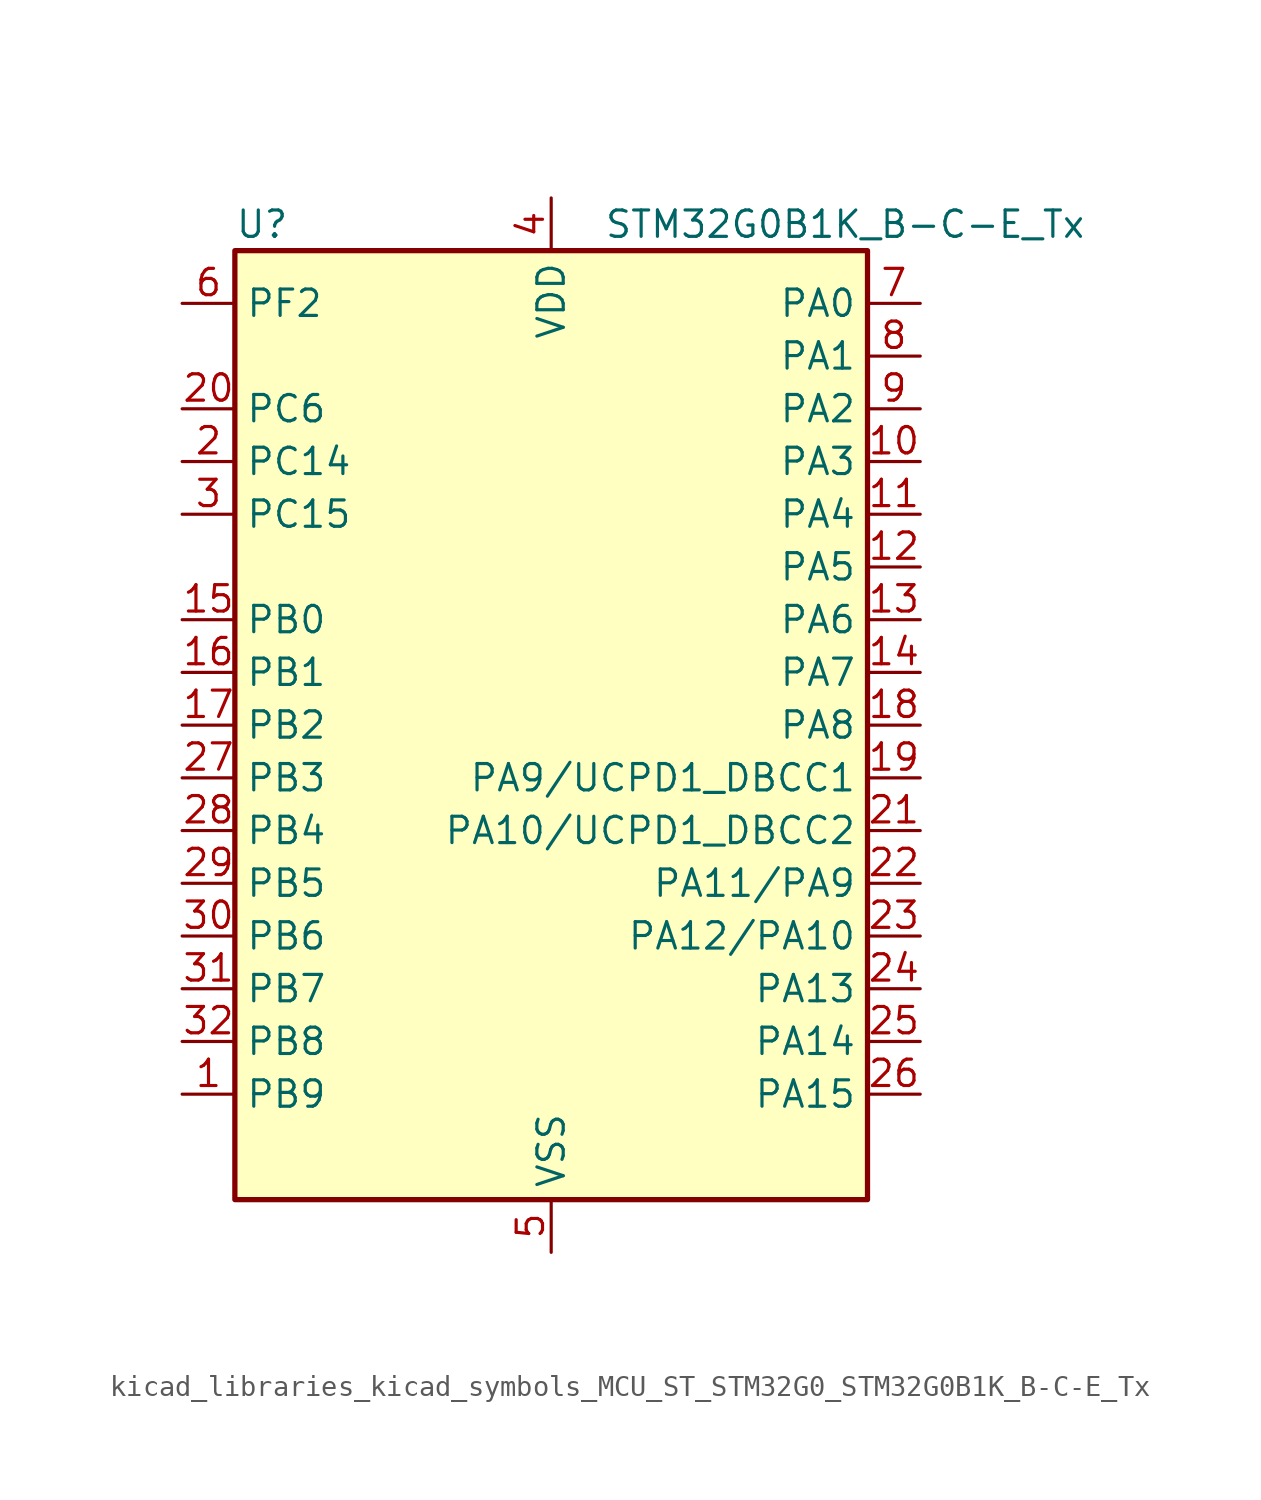
<source format=kicad_sym>
(kicad_symbol_lib
  (version 20220914)
  (generator kicad_symbol_editor)
  (symbol "kicad_libraries_kicad_symbols_MCU_ST_STM32G0_STM32G0B1K_B-C-E_Tx"
    (property "Reference" "U"
      (at -15.24 24.13 0)
      (effects (font (size 1.27 1.27)) (justify left)))
    (property "Value" "STM32G0B1K_B-C-E_Tx"
      (at 2.54 24.13 0)
      (effects (font (size 1.27 1.27)) (justify left)))
    (property "ki_locked" ""
      (at 0 0 0)
      (effects (font (size 1.27 1.27))))
    (symbol "kicad_libraries_kicad_symbols_MCU_ST_STM32G0_STM32G0B1K_B-C-E_Tx_0_1"
      (rectangle (start -15.24 -22.86) (end 15.24 22.86) (stroke (width 0.254) (type default)) (fill (type background))))
    (symbol "kicad_libraries_kicad_symbols_MCU_ST_STM32G0_STM32G0B1K_B-C-E_Tx_1_1"
      (pin bidirectional line (at -17.78 -17.78 0) (length 2.54) (name "PB9" (effects (font (size 1.27 1.27)))) (number "1" (effects (font (size 1.27 1.27)))) (alternate "DAC1_EXTI9" bidirectional line) (alternate "FDCAN1_TX" bidirectional line) (alternate "I2C1_SDA" bidirectional line) (alternate "I2S2_WS" bidirectional line) (alternate "IR_OUT" bidirectional line) (alternate "SPI2_NSS" bidirectional line) (alternate "TIM17_CH1" bidirectional line) (alternate "TIM4_CH4" bidirectional line) (alternate "USART3_RX" bidirectional line) (alternate "USART6_RX" bidirectional line))
      (pin bidirectional line (at 17.78 12.7 180) (length 2.54) (name "PA3" (effects (font (size 1.27 1.27)))) (number "10" (effects (font (size 1.27 1.27)))) (alternate "ADC1_IN3" bidirectional line) (alternate "COMP2_INP" bidirectional line) (alternate "I2S2_MCK" bidirectional line) (alternate "LPUART1_RX" bidirectional line) (alternate "SPI2_MISO" bidirectional line) (alternate "TIM15_CH2" bidirectional line) (alternate "TIM2_CH4" bidirectional line) (alternate "USART2_RX" bidirectional line))
      (pin bidirectional line (at 17.78 10.16 180) (length 2.54) (name "PA4" (effects (font (size 1.27 1.27)))) (number "11" (effects (font (size 1.27 1.27)))) (alternate "ADC1_IN4" bidirectional line) (alternate "DAC1_OUT1" bidirectional line) (alternate "I2S1_WS" bidirectional line) (alternate "I2S2_SD" bidirectional line) (alternate "LPTIM2_OUT" bidirectional line) (alternate "RTC_OUT1" bidirectional line) (alternate "RTC_TAMP_IN1" bidirectional line) (alternate "RTC_TS" bidirectional line) (alternate "SPI1_NSS" bidirectional line) (alternate "SPI2_MOSI" bidirectional line) (alternate "SPI3_NSS" bidirectional line) (alternate "SYS_WKUP2" bidirectional line) (alternate "TIM14_CH1" bidirectional line) (alternate "USART6_TX" bidirectional line) (alternate "USB_NOE" bidirectional line))
      (pin bidirectional line (at 17.78 7.62 180) (length 2.54) (name "PA5" (effects (font (size 1.27 1.27)))) (number "12" (effects (font (size 1.27 1.27)))) (alternate "ADC1_IN5" bidirectional line) (alternate "CEC" bidirectional line) (alternate "DAC1_OUT2" bidirectional line) (alternate "I2S1_CK" bidirectional line) (alternate "LPTIM2_ETR" bidirectional line) (alternate "SPI1_SCK" bidirectional line) (alternate "TIM2_CH1" bidirectional line) (alternate "TIM2_ETR" bidirectional line) (alternate "UCPD1_FRSTX1" bidirectional line) (alternate "UCPD1_FRSTX2" bidirectional line) (alternate "USART3_TX" bidirectional line) (alternate "USART6_RX" bidirectional line))
      (pin bidirectional line (at 17.78 5.08 180) (length 2.54) (name "PA6" (effects (font (size 1.27 1.27)))) (number "13" (effects (font (size 1.27 1.27)))) (alternate "ADC1_IN6" bidirectional line) (alternate "COMP1_OUT" bidirectional line) (alternate "I2C2_SDA" bidirectional line) (alternate "I2C3_SDA" bidirectional line) (alternate "I2S1_MCK" bidirectional line) (alternate "LPUART1_CTS" bidirectional line) (alternate "SPI1_MISO" bidirectional line) (alternate "TIM16_CH1" bidirectional line) (alternate "TIM1_BK" bidirectional line) (alternate "TIM3_CH1" bidirectional line) (alternate "USART3_CTS" bidirectional line) (alternate "USART3_NSS" bidirectional line) (alternate "USART6_CTS" bidirectional line) (alternate "USART6_NSS" bidirectional line))
      (pin bidirectional line (at 17.78 2.54 180) (length 2.54) (name "PA7" (effects (font (size 1.27 1.27)))) (number "14" (effects (font (size 1.27 1.27)))) (alternate "ADC1_IN7" bidirectional line) (alternate "COMP2_OUT" bidirectional line) (alternate "I2C2_SCL" bidirectional line) (alternate "I2C3_SCL" bidirectional line) (alternate "I2S1_SD" bidirectional line) (alternate "SPI1_MOSI" bidirectional line) (alternate "TIM14_CH1" bidirectional line) (alternate "TIM17_CH1" bidirectional line) (alternate "TIM1_CH1N" bidirectional line) (alternate "TIM3_CH2" bidirectional line) (alternate "UCPD1_FRSTX1" bidirectional line) (alternate "UCPD1_FRSTX2" bidirectional line) (alternate "USART6_CK" bidirectional line) (alternate "USART6_DE" bidirectional line) (alternate "USART6_RTS" bidirectional line))
      (pin bidirectional line (at -17.78 5.08 0) (length 2.54) (name "PB0" (effects (font (size 1.27 1.27)))) (number "15" (effects (font (size 1.27 1.27)))) (alternate "ADC1_IN8" bidirectional line) (alternate "COMP1_OUT" bidirectional line) (alternate "COMP3_INP" bidirectional line) (alternate "FDCAN2_RX" bidirectional line) (alternate "I2S1_WS" bidirectional line) (alternate "LPTIM1_OUT" bidirectional line) (alternate "LPUART2_CTS" bidirectional line) (alternate "SPI1_NSS" bidirectional line) (alternate "TIM1_CH2N" bidirectional line) (alternate "TIM3_CH3" bidirectional line) (alternate "UCPD1_FRSTX1" bidirectional line) (alternate "UCPD1_FRSTX2" bidirectional line) (alternate "USART3_RX" bidirectional line) (alternate "USART5_TX" bidirectional line))
      (pin bidirectional line (at -17.78 2.54 0) (length 2.54) (name "PB1" (effects (font (size 1.27 1.27)))) (number "16" (effects (font (size 1.27 1.27)))) (alternate "ADC1_IN9" bidirectional line) (alternate "COMP1_INM" bidirectional line) (alternate "COMP3_OUT" bidirectional line) (alternate "FDCAN2_TX" bidirectional line) (alternate "LPTIM2_IN1" bidirectional line) (alternate "LPUART1_DE" bidirectional line) (alternate "LPUART1_RTS" bidirectional line) (alternate "LPUART2_DE" bidirectional line) (alternate "LPUART2_RTS" bidirectional line) (alternate "TIM14_CH1" bidirectional line) (alternate "TIM1_CH3N" bidirectional line) (alternate "TIM3_CH4" bidirectional line) (alternate "USART3_CK" bidirectional line) (alternate "USART3_DE" bidirectional line) (alternate "USART3_RTS" bidirectional line) (alternate "USART5_RX" bidirectional line))
      (pin bidirectional line (at -17.78 0 0) (length 2.54) (name "PB2" (effects (font (size 1.27 1.27)))) (number "17" (effects (font (size 1.27 1.27)))) (alternate "ADC1_IN10" bidirectional line) (alternate "COMP1_INP" bidirectional line) (alternate "COMP3_INM" bidirectional line) (alternate "I2S2_MCK" bidirectional line) (alternate "LPTIM1_OUT" bidirectional line) (alternate "RCC_MCO_2" bidirectional line) (alternate "SPI2_MISO" bidirectional line) (alternate "USART3_TX" bidirectional line))
      (pin bidirectional line (at 17.78 0 180) (length 2.54) (name "PA8" (effects (font (size 1.27 1.27)))) (number "18" (effects (font (size 1.27 1.27)))) (alternate "CRS1_SYNC" bidirectional line) (alternate "I2C2_SMBA" bidirectional line) (alternate "I2S2_WS" bidirectional line) (alternate "LPTIM2_OUT" bidirectional line) (alternate "RCC_MCO" bidirectional line) (alternate "SPI2_NSS" bidirectional line) (alternate "TIM1_CH1" bidirectional line) (alternate "UCPD1_CC1" bidirectional line))
      (pin bidirectional line (at 17.78 -2.54 180) (length 2.54) (name "PA9/UCPD1_DBCC1" (effects (font (size 1.27 1.27)))) (number "19" (effects (font (size 1.27 1.27)))) (alternate "DAC1_EXTI9" bidirectional line) (alternate "I2C1_SCL" bidirectional line) (alternate "I2C2_SCL" bidirectional line) (alternate "I2S2_MCK" bidirectional line) (alternate "RCC_MCO" bidirectional line) (alternate "SPI2_MISO" bidirectional line) (alternate "TIM15_BK" bidirectional line) (alternate "TIM1_CH2" bidirectional line) (alternate "UCPD1_DBCC1" bidirectional line) (alternate "USART1_TX" bidirectional line))
      (pin bidirectional line (at -17.78 12.7 0) (length 2.54) (name "PC14" (effects (font (size 1.27 1.27)))) (number "2" (effects (font (size 1.27 1.27)))) (alternate "RCC_OSC32_IN" bidirectional line) (alternate "RCC_OSC_IN" bidirectional line) (alternate "TIM1_BK2" bidirectional line))
      (pin bidirectional line (at -17.78 15.24 0) (length 2.54) (name "PC6" (effects (font (size 1.27 1.27)))) (number "20" (effects (font (size 1.27 1.27)))) (alternate "LPUART2_TX" bidirectional line) (alternate "TIM2_CH3" bidirectional line) (alternate "TIM3_CH1" bidirectional line) (alternate "UCPD1_FRSTX1" bidirectional line) (alternate "UCPD1_FRSTX2" bidirectional line))
      (pin bidirectional line (at 17.78 -5.08 180) (length 2.54) (name "PA10/UCPD1_DBCC2" (effects (font (size 1.27 1.27)))) (number "21" (effects (font (size 1.27 1.27)))) (alternate "I2C1_SDA" bidirectional line) (alternate "I2C2_SDA" bidirectional line) (alternate "I2S2_SD" bidirectional line) (alternate "RCC_MCO_2" bidirectional line) (alternate "SPI2_MOSI" bidirectional line) (alternate "TIM17_BK" bidirectional line) (alternate "TIM1_CH3" bidirectional line) (alternate "UCPD1_DBCC2" bidirectional line) (alternate "USART1_RX" bidirectional line))
      (pin bidirectional line (at 17.78 -7.62 180) (length 2.54) (name "PA11/PA9" (effects (font (size 1.27 1.27)))) (number "22" (effects (font (size 1.27 1.27)))) (alternate "ADC1_EXTI11" bidirectional line) (alternate "COMP1_OUT" bidirectional line) (alternate "FDCAN1_RX" bidirectional line) (alternate "I2C2_SCL" bidirectional line) (alternate "I2S1_MCK" bidirectional line) (alternate "SPI1_MISO" bidirectional line) (alternate "TIM1_BK2" bidirectional line) (alternate "TIM1_CH4" bidirectional line) (alternate "USART1_CTS" bidirectional line) (alternate "USART1_NSS" bidirectional line) (alternate "USB_DM" bidirectional line))
      (pin bidirectional line (at 17.78 -10.16 180) (length 2.54) (name "PA12/PA10" (effects (font (size 1.27 1.27)))) (number "23" (effects (font (size 1.27 1.27)))) (alternate "COMP2_OUT" bidirectional line) (alternate "FDCAN1_TX" bidirectional line) (alternate "I2C2_SDA" bidirectional line) (alternate "I2S1_SD" bidirectional line) (alternate "I2S_CKIN" bidirectional line) (alternate "SPI1_MOSI" bidirectional line) (alternate "TIM1_ETR" bidirectional line) (alternate "USART1_CK" bidirectional line) (alternate "USART1_DE" bidirectional line) (alternate "USART1_RTS" bidirectional line) (alternate "USB_DP" bidirectional line))
      (pin bidirectional line (at 17.78 -12.7 180) (length 2.54) (name "PA13" (effects (font (size 1.27 1.27)))) (number "24" (effects (font (size 1.27 1.27)))) (alternate "IR_OUT" bidirectional line) (alternate "LPUART2_RX" bidirectional line) (alternate "SYS_SWDIO" bidirectional line) (alternate "USB_NOE" bidirectional line))
      (pin bidirectional line (at 17.78 -15.24 180) (length 2.54) (name "PA14" (effects (font (size 1.27 1.27)))) (number "25" (effects (font (size 1.27 1.27)))) (alternate "LPUART2_TX" bidirectional line) (alternate "SYS_SWCLK" bidirectional line) (alternate "USART2_TX" bidirectional line))
      (pin bidirectional line (at 17.78 -17.78 180) (length 2.54) (name "PA15" (effects (font (size 1.27 1.27)))) (number "26" (effects (font (size 1.27 1.27)))) (alternate "I2C2_SMBA" bidirectional line) (alternate "I2S1_WS" bidirectional line) (alternate "RCC_MCO_2" bidirectional line) (alternate "SPI1_NSS" bidirectional line) (alternate "SPI3_NSS" bidirectional line) (alternate "TIM2_CH1" bidirectional line) (alternate "TIM2_ETR" bidirectional line) (alternate "USART2_RX" bidirectional line) (alternate "USART3_CK" bidirectional line) (alternate "USART3_DE" bidirectional line) (alternate "USART3_RTS" bidirectional line) (alternate "USART4_CK" bidirectional line) (alternate "USART4_DE" bidirectional line) (alternate "USART4_RTS" bidirectional line) (alternate "USB_NOE" bidirectional line))
      (pin bidirectional line (at -17.78 -2.54 0) (length 2.54) (name "PB3" (effects (font (size 1.27 1.27)))) (number "27" (effects (font (size 1.27 1.27)))) (alternate "COMP2_INM" bidirectional line) (alternate "I2C2_SCL" bidirectional line) (alternate "I2C3_SCL" bidirectional line) (alternate "I2S1_CK" bidirectional line) (alternate "SPI1_SCK" bidirectional line) (alternate "SPI3_SCK" bidirectional line) (alternate "TIM1_CH2" bidirectional line) (alternate "TIM2_CH2" bidirectional line) (alternate "USART1_CK" bidirectional line) (alternate "USART1_DE" bidirectional line) (alternate "USART1_RTS" bidirectional line) (alternate "USART5_TX" bidirectional line))
      (pin bidirectional line (at -17.78 -5.08 0) (length 2.54) (name "PB4" (effects (font (size 1.27 1.27)))) (number "28" (effects (font (size 1.27 1.27)))) (alternate "COMP2_INP" bidirectional line) (alternate "I2C2_SDA" bidirectional line) (alternate "I2C3_SDA" bidirectional line) (alternate "I2S1_MCK" bidirectional line) (alternate "SPI1_MISO" bidirectional line) (alternate "SPI3_MISO" bidirectional line) (alternate "TIM17_BK" bidirectional line) (alternate "TIM3_CH1" bidirectional line) (alternate "USART1_CTS" bidirectional line) (alternate "USART1_NSS" bidirectional line) (alternate "USART5_RX" bidirectional line))
      (pin bidirectional line (at -17.78 -7.62 0) (length 2.54) (name "PB5" (effects (font (size 1.27 1.27)))) (number "29" (effects (font (size 1.27 1.27)))) (alternate "COMP2_OUT" bidirectional line) (alternate "FDCAN2_RX" bidirectional line) (alternate "I2C1_SMBA" bidirectional line) (alternate "I2S1_SD" bidirectional line) (alternate "LPTIM1_IN1" bidirectional line) (alternate "SPI1_MOSI" bidirectional line) (alternate "SPI3_MOSI" bidirectional line) (alternate "SYS_WKUP6" bidirectional line) (alternate "TIM16_BK" bidirectional line) (alternate "TIM3_CH2" bidirectional line) (alternate "USART5_CK" bidirectional line) (alternate "USART5_DE" bidirectional line) (alternate "USART5_RTS" bidirectional line))
      (pin bidirectional line (at -17.78 10.16 0) (length 2.54) (name "PC15" (effects (font (size 1.27 1.27)))) (number "3" (effects (font (size 1.27 1.27)))) (alternate "RCC_OSC32_EN" bidirectional line) (alternate "RCC_OSC32_OUT" bidirectional line) (alternate "RCC_OSC_EN" bidirectional line) (alternate "TIM15_BK" bidirectional line))
      (pin bidirectional line (at -17.78 -10.16 0) (length 2.54) (name "PB6" (effects (font (size 1.27 1.27)))) (number "30" (effects (font (size 1.27 1.27)))) (alternate "COMP2_INP" bidirectional line) (alternate "FDCAN2_TX" bidirectional line) (alternate "I2C1_SCL" bidirectional line) (alternate "I2S2_MCK" bidirectional line) (alternate "LPTIM1_ETR" bidirectional line) (alternate "LPUART2_TX" bidirectional line) (alternate "SPI2_MISO" bidirectional line) (alternate "TIM16_CH1N" bidirectional line) (alternate "TIM1_CH3" bidirectional line) (alternate "TIM4_CH1" bidirectional line) (alternate "USART1_TX" bidirectional line) (alternate "USART5_CTS" bidirectional line) (alternate "USART5_NSS" bidirectional line))
      (pin bidirectional line (at -17.78 -12.7 0) (length 2.54) (name "PB7" (effects (font (size 1.27 1.27)))) (number "31" (effects (font (size 1.27 1.27)))) (alternate "COMP2_INM" bidirectional line) (alternate "I2C1_SDA" bidirectional line) (alternate "I2S2_SD" bidirectional line) (alternate "LPTIM1_IN2" bidirectional line) (alternate "LPUART2_RX" bidirectional line) (alternate "SPI2_MOSI" bidirectional line) (alternate "SYS_PVD_IN" bidirectional line) (alternate "TIM17_CH1N" bidirectional line) (alternate "TIM4_CH2" bidirectional line) (alternate "USART1_RX" bidirectional line) (alternate "USART4_CTS" bidirectional line) (alternate "USART4_NSS" bidirectional line))
      (pin bidirectional line (at -17.78 -15.24 0) (length 2.54) (name "PB8" (effects (font (size 1.27 1.27)))) (number "32" (effects (font (size 1.27 1.27)))) (alternate "CEC" bidirectional line) (alternate "FDCAN1_RX" bidirectional line) (alternate "I2C1_SCL" bidirectional line) (alternate "I2S2_CK" bidirectional line) (alternate "SPI2_SCK" bidirectional line) (alternate "TIM15_BK" bidirectional line) (alternate "TIM16_CH1" bidirectional line) (alternate "TIM4_CH3" bidirectional line) (alternate "USART3_TX" bidirectional line) (alternate "USART6_TX" bidirectional line))
      (pin power_in line (at 0 25.4 270) (length 2.54) (name "VDD" (effects (font (size 1.27 1.27)))) (number "4" (effects (font (size 1.27 1.27)))))
      (pin power_in line (at 0 -25.4 90) (length 2.54) (name "VSS" (effects (font (size 1.27 1.27)))) (number "5" (effects (font (size 1.27 1.27)))))
      (pin bidirectional line (at -17.78 20.32 0) (length 2.54) (name "PF2" (effects (font (size 1.27 1.27)))) (number "6" (effects (font (size 1.27 1.27)))) (alternate "LPUART2_DE" bidirectional line) (alternate "LPUART2_RTS" bidirectional line) (alternate "LPUART2_TX" bidirectional line) (alternate "RCC_MCO" bidirectional line))
      (pin bidirectional line (at 17.78 20.32 180) (length 2.54) (name "PA0" (effects (font (size 1.27 1.27)))) (number "7" (effects (font (size 1.27 1.27)))) (alternate "ADC1_IN0" bidirectional line) (alternate "COMP1_INM" bidirectional line) (alternate "COMP1_OUT" bidirectional line) (alternate "I2S2_CK" bidirectional line) (alternate "LPTIM1_OUT" bidirectional line) (alternate "RTC_TAMP_IN2" bidirectional line) (alternate "SPI2_SCK" bidirectional line) (alternate "SYS_WKUP1" bidirectional line) (alternate "TIM2_CH1" bidirectional line) (alternate "TIM2_ETR" bidirectional line) (alternate "USART2_CTS" bidirectional line) (alternate "USART2_NSS" bidirectional line) (alternate "USART4_TX" bidirectional line))
      (pin bidirectional line (at 17.78 17.78 180) (length 2.54) (name "PA1" (effects (font (size 1.27 1.27)))) (number "8" (effects (font (size 1.27 1.27)))) (alternate "ADC1_IN1" bidirectional line) (alternate "COMP1_INP" bidirectional line) (alternate "I2C1_SMBA" bidirectional line) (alternate "I2S1_CK" bidirectional line) (alternate "SPI1_SCK" bidirectional line) (alternate "TIM15_CH1N" bidirectional line) (alternate "TIM2_CH2" bidirectional line) (alternate "USART2_CK" bidirectional line) (alternate "USART2_DE" bidirectional line) (alternate "USART2_RTS" bidirectional line) (alternate "USART4_RX" bidirectional line))
      (pin bidirectional line (at 17.78 15.24 180) (length 2.54) (name "PA2" (effects (font (size 1.27 1.27)))) (number "9" (effects (font (size 1.27 1.27)))) (alternate "ADC1_IN2" bidirectional line) (alternate "COMP2_INM" bidirectional line) (alternate "COMP2_OUT" bidirectional line) (alternate "I2S1_SD" bidirectional line) (alternate "LPUART1_TX" bidirectional line) (alternate "RCC_LSCO" bidirectional line) (alternate "SPI1_MOSI" bidirectional line) (alternate "SYS_WKUP4" bidirectional line) (alternate "TIM15_CH1" bidirectional line) (alternate "TIM2_CH3" bidirectional line) (alternate "UCPD1_FRSTX1" bidirectional line) (alternate "UCPD1_FRSTX2" bidirectional line) (alternate "USART2_TX" bidirectional line)))))
</source>
